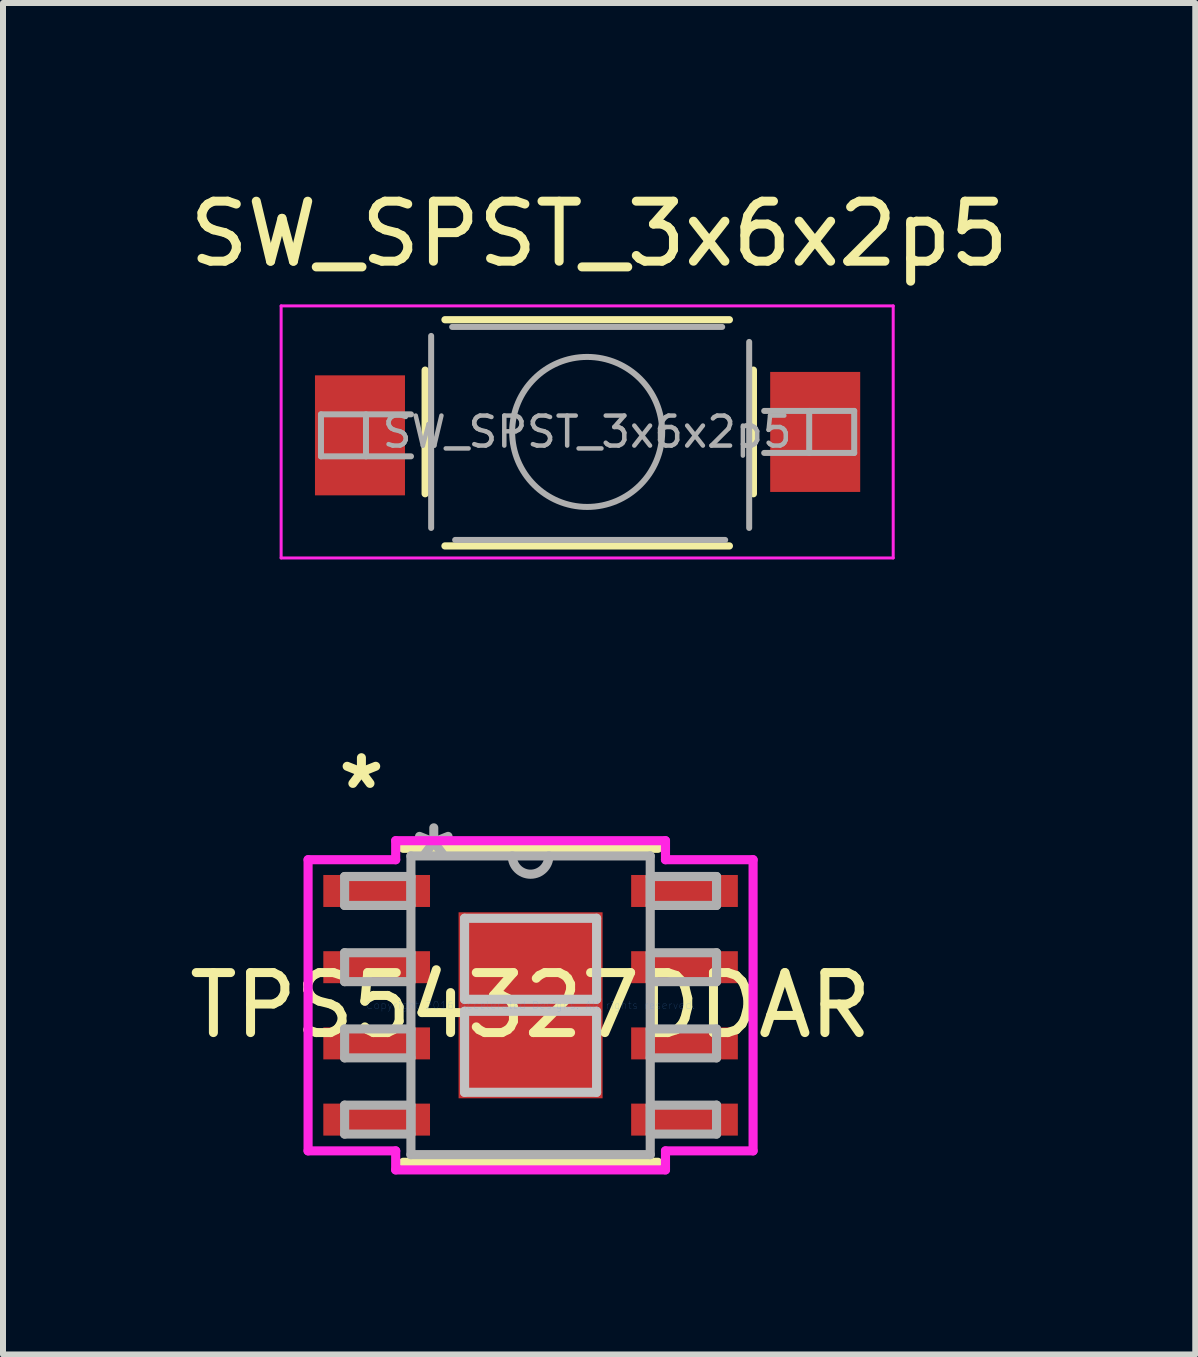
<source format=kicad_pcb>
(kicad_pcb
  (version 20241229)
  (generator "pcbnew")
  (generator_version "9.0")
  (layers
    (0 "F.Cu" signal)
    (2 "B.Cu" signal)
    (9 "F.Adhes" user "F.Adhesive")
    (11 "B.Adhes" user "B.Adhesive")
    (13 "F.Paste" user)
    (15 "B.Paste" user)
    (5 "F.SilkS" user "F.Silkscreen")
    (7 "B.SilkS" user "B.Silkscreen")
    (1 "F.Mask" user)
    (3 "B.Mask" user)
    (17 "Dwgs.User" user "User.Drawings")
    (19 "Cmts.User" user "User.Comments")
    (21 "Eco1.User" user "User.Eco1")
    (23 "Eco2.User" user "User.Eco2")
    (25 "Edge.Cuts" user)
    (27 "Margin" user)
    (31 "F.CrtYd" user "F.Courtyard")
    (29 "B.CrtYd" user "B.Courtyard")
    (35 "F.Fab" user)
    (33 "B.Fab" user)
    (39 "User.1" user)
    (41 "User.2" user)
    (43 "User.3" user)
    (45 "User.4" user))
  (footprint "TPS54327DDAR"
    (layer "F.Cu")
    (at 5.792 13.703)
    (property "Reference" "TPS54327DDAR" (at 0 0 0) (layer "F.SilkS") (effects (font (size 1 1) (thickness 0.15))))
    (attr through_hole)
    (fp_line (start -2.121 2.616) (end 2.121 2.616) (stroke (width 0.152) (type solid)) (layer "F.SilkS"))
    (fp_line (start 2.121 -2.616) (end -2.121 -2.616) (stroke (width 0.152) (type solid)) (layer "F.SilkS"))
    (fp_line (start -1.1 -1.45) (end -1.1 -0.1) (stroke (width 0.152) (type solid)) (layer "Dwgs.User"))
    (fp_line (start -1.1 -0.1) (end 1.1 -0.1) (stroke (width 0.152) (type solid)) (layer "Dwgs.User"))
    (fp_line (start -1.1 0.1) (end -1.1 1.45) (stroke (width 0.152) (type solid)) (layer "Dwgs.User"))
    (fp_line (start -1.1 1.45) (end 1.1 1.45) (stroke (width 0.152) (type solid)) (layer "Dwgs.User"))
    (fp_line (start 1.1 -1.45) (end -1.1 -1.45) (stroke (width 0.152) (type solid)) (layer "Dwgs.User"))
    (fp_line (start 1.1 -0.1) (end 1.1 -1.45) (stroke (width 0.152) (type solid)) (layer "Dwgs.User"))
    (fp_line (start 1.1 0.1) (end -1.1 0.1) (stroke (width 0.152) (type solid)) (layer "Dwgs.User"))
    (fp_line (start 1.1 1.45) (end 1.1 0.1) (stroke (width 0.152) (type solid)) (layer "Dwgs.User"))
    (fp_line (start -3.708 -2.426) (end -2.248 -2.426) (stroke (width 0.152) (type solid)) (layer "F.CrtYd"))
    (fp_line (start -3.708 2.426) (end -3.708 -2.426) (stroke (width 0.152) (type solid)) (layer "F.CrtYd"))
    (fp_line (start -2.248 -2.743) (end 2.248 -2.743) (stroke (width 0.152) (type solid)) (layer "F.CrtYd"))
    (fp_line (start -2.248 -2.426) (end -2.248 -2.743) (stroke (width 0.152) (type solid)) (layer "F.CrtYd"))
    (fp_line (start -2.248 2.426) (end -3.708 2.426) (stroke (width 0.152) (type solid)) (layer "F.CrtYd"))
    (fp_line (start -2.248 2.743) (end -2.248 2.426) (stroke (width 0.152) (type solid)) (layer "F.CrtYd"))
    (fp_line (start 2.248 -2.743) (end 2.248 -2.426) (stroke (width 0.152) (type solid)) (layer "F.CrtYd"))
    (fp_line (start 2.248 -2.426) (end 3.708 -2.426) (stroke (width 0.152) (type solid)) (layer "F.CrtYd"))
    (fp_line (start 2.248 2.426) (end 2.248 2.743) (stroke (width 0.152) (type solid)) (layer "F.CrtYd"))
    (fp_line (start 2.248 2.743) (end -2.248 2.743) (stroke (width 0.152) (type solid)) (layer "F.CrtYd"))
    (fp_line (start 3.708 -2.426) (end 3.708 2.426) (stroke (width 0.152) (type solid)) (layer "F.CrtYd"))
    (fp_line (start 3.708 2.426) (end 2.248 2.426) (stroke (width 0.152) (type solid)) (layer "F.CrtYd"))
    (fp_line (start -3.099 -2.146) (end -3.099 -1.664) (stroke (width 0.152) (type solid)) (layer "F.Fab"))
    (fp_line (start -3.099 -1.664) (end -1.994 -1.664) (stroke (width 0.152) (type solid)) (layer "F.Fab"))
    (fp_line (start -3.099 -0.876) (end -3.099 -0.394) (stroke (width 0.152) (type solid)) (layer "F.Fab"))
    (fp_line (start -3.099 -0.394) (end -1.994 -0.394) (stroke (width 0.152) (type solid)) (layer "F.Fab"))
    (fp_line (start -3.099 0.394) (end -3.099 0.876) (stroke (width 0.152) (type solid)) (layer "F.Fab"))
    (fp_line (start -3.099 0.876) (end -1.994 0.876) (stroke (width 0.152) (type solid)) (layer "F.Fab"))
    (fp_line (start -3.099 1.664) (end -3.099 2.146) (stroke (width 0.152) (type solid)) (layer "F.Fab"))
    (fp_line (start -3.099 2.146) (end -1.994 2.146) (stroke (width 0.152) (type solid)) (layer "F.Fab"))
    (fp_line (start -1.994 -2.489) (end -1.994 2.489) (stroke (width 0.152) (type solid)) (layer "F.Fab"))
    (fp_line (start -1.994 -2.146) (end -3.099 -2.146) (stroke (width 0.152) (type solid)) (layer "F.Fab"))
    (fp_line (start -1.994 -1.664) (end -1.994 -2.146) (stroke (width 0.152) (type solid)) (layer "F.Fab"))
    (fp_line (start -1.994 -0.876) (end -3.099 -0.876) (stroke (width 0.152) (type solid)) (layer "F.Fab"))
    (fp_line (start -1.994 -0.394) (end -1.994 -0.876) (stroke (width 0.152) (type solid)) (layer "F.Fab"))
    (fp_line (start -1.994 0.394) (end -3.099 0.394) (stroke (width 0.152) (type solid)) (layer "F.Fab"))
    (fp_line (start -1.994 0.876) (end -1.994 0.394) (stroke (width 0.152) (type solid)) (layer "F.Fab"))
    (fp_line (start -1.994 1.664) (end -3.099 1.664) (stroke (width 0.152) (type solid)) (layer "F.Fab"))
    (fp_line (start -1.994 2.146) (end -1.994 1.664) (stroke (width 0.152) (type solid)) (layer "F.Fab"))
    (fp_line (start -1.994 2.489) (end 1.994 2.489) (stroke (width 0.152) (type solid)) (layer "F.Fab"))
    (fp_line (start 1.994 -2.489) (end -1.994 -2.489) (stroke (width 0.152) (type solid)) (layer "F.Fab"))
    (fp_line (start 1.994 -2.146) (end 1.994 -1.664) (stroke (width 0.152) (type solid)) (layer "F.Fab"))
    (fp_line (start 1.994 -1.664) (end 3.099 -1.664) (stroke (width 0.152) (type solid)) (layer "F.Fab"))
    (fp_line (start 1.994 -0.876) (end 1.994 -0.394) (stroke (width 0.152) (type solid)) (layer "F.Fab"))
    (fp_line (start 1.994 -0.394) (end 3.099 -0.394) (stroke (width 0.152) (type solid)) (layer "F.Fab"))
    (fp_line (start 1.994 0.394) (end 1.994 0.876) (stroke (width 0.152) (type solid)) (layer "F.Fab"))
    (fp_line (start 1.994 0.876) (end 3.099 0.876) (stroke (width 0.152) (type solid)) (layer "F.Fab"))
    (fp_line (start 1.994 1.664) (end 1.994 2.146) (stroke (width 0.152) (type solid)) (layer "F.Fab"))
    (fp_line (start 1.994 2.146) (end 3.099 2.146) (stroke (width 0.152) (type solid)) (layer "F.Fab"))
    (fp_line (start 1.994 2.489) (end 1.994 -2.489) (stroke (width 0.152) (type solid)) (layer "F.Fab"))
    (fp_line (start 3.099 -2.146) (end 1.994 -2.146) (stroke (width 0.152) (type solid)) (layer "F.Fab"))
    (fp_line (start 3.099 -1.664) (end 3.099 -2.146) (stroke (width 0.152) (type solid)) (layer "F.Fab"))
    (fp_line (start 3.099 -0.876) (end 1.994 -0.876) (stroke (width 0.152) (type solid)) (layer "F.Fab"))
    (fp_line (start 3.099 -0.394) (end 3.099 -0.876) (stroke (width 0.152) (type solid)) (layer "F.Fab"))
    (fp_line (start 3.099 0.394) (end 1.994 0.394) (stroke (width 0.152) (type solid)) (layer "F.Fab"))
    (fp_line (start 3.099 0.876) (end 3.099 0.394) (stroke (width 0.152) (type solid)) (layer "F.Fab"))
    (fp_line (start 3.099 1.664) (end 1.994 1.664) (stroke (width 0.152) (type solid)) (layer "F.Fab"))
    (fp_line (start 3.099 2.146) (end 3.099 1.664) (stroke (width 0.152) (type solid)) (layer "F.Fab"))
    (fp_arc (start 0.3048 -2.4892) (mid 0 -2.1844) (end -0.3048 -2.4892) (stroke (width 0.1524) (type solid)) (layer "F.Fab"))
    (fp_text user "*" (at -2.819 -3.581 0) (layer "F.SilkS") (effects (font (size 1 1) (thickness 0.15))))
    (fp_text user "Copyright 2016 Accelerated Designs. All rights reserved." (at 0 0 0) (layer "Cmts.User") (effects (font (size 0.127 0.127) (thickness 0.002))))
    (fp_text user "*" (at -1.613 -2.413 0) (layer "F.Fab") (effects (font (size 1 1) (thickness 0.15))))
    (pad "1" smd rect (at -2.565 -1.905) (size 1.778 0.533) (layers "F.Cu" "F.Mask" "F.Paste"))
    (pad "2" smd rect (at -2.565 -0.635) (size 1.778 0.533) (layers "F.Cu" "F.Mask" "F.Paste"))
    (pad "3" smd rect (at -2.565 0.635) (size 1.778 0.533) (layers "F.Cu" "F.Mask" "F.Paste"))
    (pad "4" smd rect (at -2.565 1.905) (size 1.778 0.533) (layers "F.Cu" "F.Mask" "F.Paste"))
    (pad "5" smd rect (at 2.565 1.905) (size 1.778 0.533) (layers "F.Cu" "F.Mask" "F.Paste"))
    (pad "6" smd rect (at 2.565 0.635) (size 1.778 0.533) (layers "F.Cu" "F.Mask" "F.Paste"))
    (pad "7" smd rect (at 2.565 -0.635) (size 1.778 0.533) (layers "F.Cu" "F.Mask" "F.Paste"))
    (pad "8" smd rect (at 2.565 -1.905) (size 1.778 0.533) (layers "F.Cu" "F.Mask" "F.Paste"))
    (pad "EPAD" smd rect (at 0 0) (size 2.4 3.1) (layers "F.Cu" "F.Mask" "F.Paste")))
  (footprint "SW_SPST_3x6x2p5"
    (layer "F.Cu")
    (at 6.735 4.148)
    (property "Reference" "SW_SPST_3x6x2p5" (at 0.2 -3.3 0) (layer "F.SilkS") (effects (font (size 1 1) (thickness 0.15))))
    (attr smd)
    (fp_line (start -2.7 1.03) (end -2.7 -1.03) (stroke (width 0.12) (type solid)) (layer "F.SilkS"))
    (fp_line (start -2.37 -1.87) (end 2.37 -1.87) (stroke (width 0.12) (type solid)) (layer "F.SilkS"))
    (fp_line (start -2.37 1.9) (end 2.37 1.9) (stroke (width 0.12) (type solid)) (layer "F.SilkS"))
    (fp_line (start 2.77 1.03) (end 2.77 -1.03) (stroke (width 0.12) (type solid)) (layer "F.SilkS"))
    (fp_line (start -5.1 -2.1) (end 5.1 -2.1) (stroke (width 0.05) (type solid)) (layer "F.CrtYd"))
    (fp_line (start -5.1 2.1) (end -5.1 -2.1) (stroke (width 0.05) (type solid)) (layer "F.CrtYd"))
    (fp_line (start -5.1 2.1) (end 5.1 2.1) (stroke (width 0.05) (type solid)) (layer "F.CrtYd"))
    (fp_line (start 5.1 -2.1) (end 5.1 2.1) (stroke (width 0.05) (type solid)) (layer "F.CrtYd"))
    (fp_line (start -4.436 -0.293) (end -4.436 0.407) (stroke (width 0.1) (type solid)) (layer "F.Fab"))
    (fp_line (start -4.436 0.407) (end -2.936 0.407) (stroke (width 0.1) (type solid)) (layer "F.Fab"))
    (fp_line (start -3.686 0.407) (end -3.686 -0.293) (stroke (width 0.1) (type solid)) (layer "F.Fab"))
    (fp_line (start -2.936 -0.293) (end -4.436 -0.293) (stroke (width 0.1) (type solid)) (layer "F.Fab"))
    (fp_line (start -2.6 1.6) (end -2.6 -1.6) (stroke (width 0.1) (type solid)) (layer "F.Fab"))
    (fp_line (start -2.25 -1.75) (end 2.25 -1.75) (stroke (width 0.1) (type solid)) (layer "F.Fab"))
    (fp_line (start -2.2 1.8) (end 2.3 1.8) (stroke (width 0.1) (type solid)) (layer "F.Fab"))
    (fp_line (start 2.7 -1.5) (end 2.7 1.6) (stroke (width 0.1) (type solid)) (layer "F.Fab"))
    (fp_line (start 2.95 0.35) (end 4.45 0.35) (stroke (width 0.1) (type solid)) (layer "F.Fab"))
    (fp_line (start 3.7 -0.35) (end 3.7 0.35) (stroke (width 0.1) (type solid)) (layer "F.Fab"))
    (fp_line (start 4.45 -0.35) (end 2.95 -0.35) (stroke (width 0.1) (type solid)) (layer "F.Fab"))
    (fp_line (start 4.45 0.35) (end 4.45 -0.35) (stroke (width 0.1) (type solid)) (layer "F.Fab"))
    (fp_circle (center 0 0) (end 1.25 0) (stroke (width 0.1) (type solid)) (fill no) (layer "F.Fab"))
    (fp_text user "${REFERENCE}" (at 0 0 0) (layer "F.Fab") (effects (font (size 0.5 0.5) (thickness 0.075))))
    (pad "1" smd rect (at -3.786 0.057 180) (size 1.5 2) (layers "F.Cu" "F.Mask" "F.Paste"))
    (pad "2" smd rect (at 3.8 0) (size 1.5 2) (layers "F.Cu" "F.Mask" "F.Paste")))
  (gr_rect
    (start -3 -3)
    (end 16.869 19.522)
    (stroke (width 0.1) (type default))
    (fill no)
    (layer "Edge.Cuts")))
</source>
